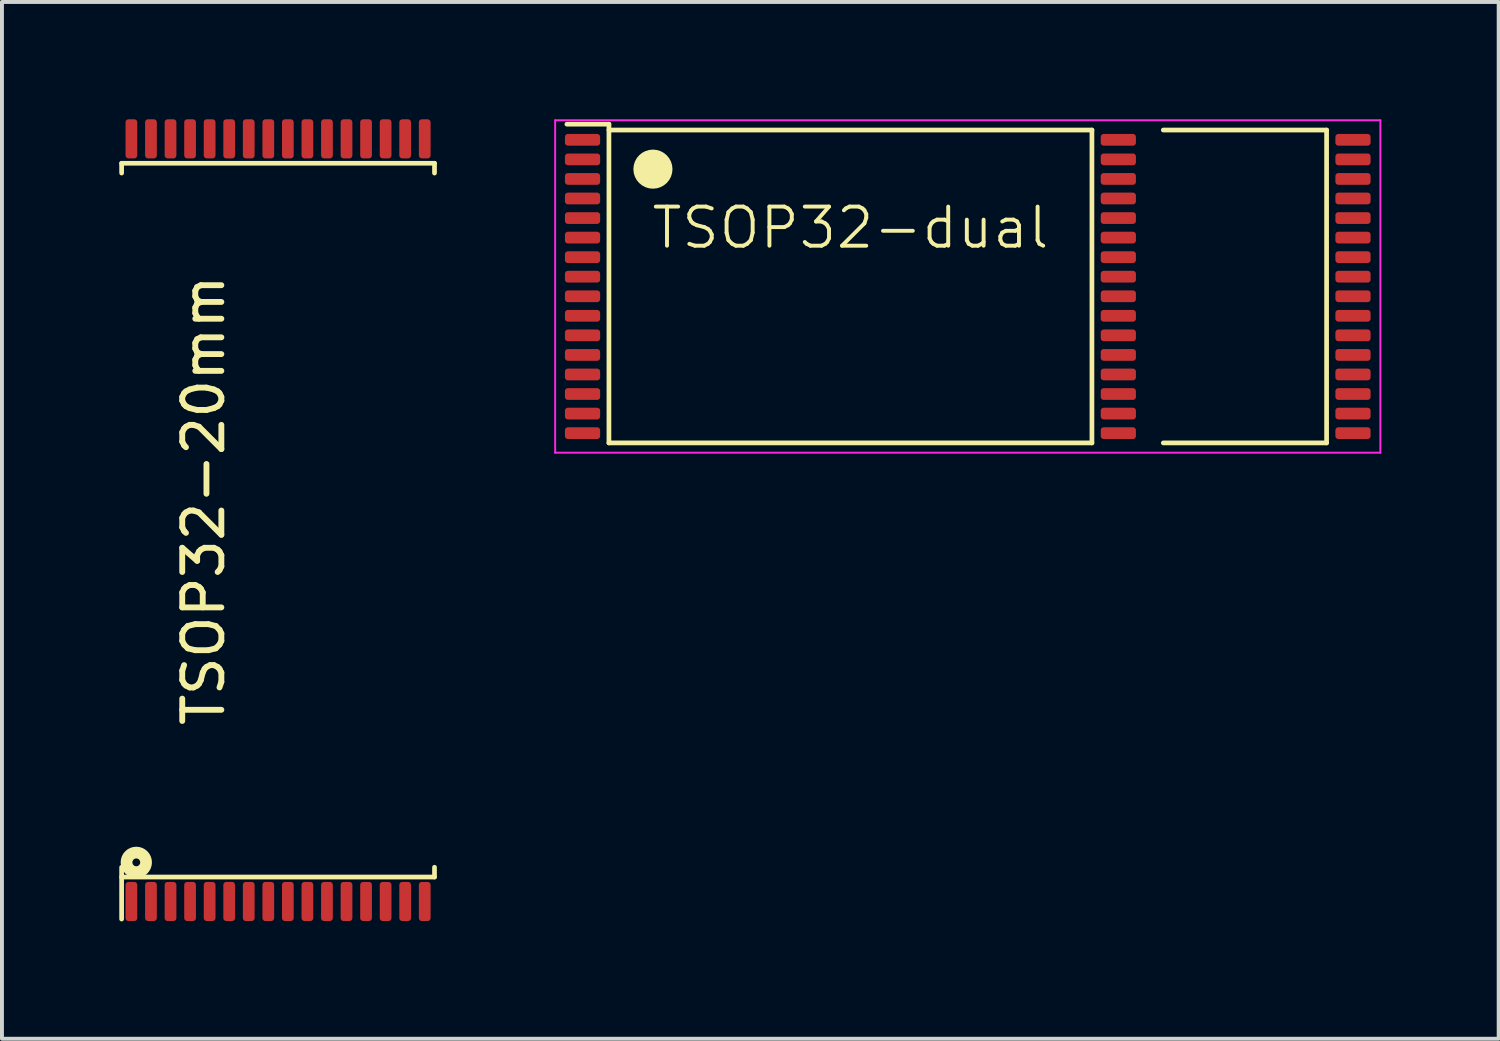
<source format=kicad_pcb>
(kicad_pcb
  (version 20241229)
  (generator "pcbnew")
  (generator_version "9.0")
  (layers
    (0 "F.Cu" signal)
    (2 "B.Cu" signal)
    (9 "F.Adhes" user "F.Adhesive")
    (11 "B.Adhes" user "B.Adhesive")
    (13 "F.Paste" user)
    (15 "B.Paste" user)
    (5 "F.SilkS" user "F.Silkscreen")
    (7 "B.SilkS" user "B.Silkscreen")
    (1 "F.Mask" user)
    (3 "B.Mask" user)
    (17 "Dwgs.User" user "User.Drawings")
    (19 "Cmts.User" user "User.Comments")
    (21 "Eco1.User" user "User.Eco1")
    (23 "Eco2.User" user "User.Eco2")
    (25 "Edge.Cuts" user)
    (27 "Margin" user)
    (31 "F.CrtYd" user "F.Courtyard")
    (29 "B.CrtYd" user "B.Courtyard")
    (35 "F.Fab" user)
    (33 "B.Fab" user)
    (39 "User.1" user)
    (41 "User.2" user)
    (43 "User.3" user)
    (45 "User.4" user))
  (footprint "TSOP32-20mm"
    (layer "F.Cu")
    (at 4.06 10.25)
    (property "Reference" "TSOP32-20mm" (at -1.905 -0.508 90) (layer "F.SilkS") (effects (font (size 1 1) (thickness 0.15))))
    (attr smd)
    (fp_line (start -4 -9.125) (end -4 -8.875) (stroke (width 0.12) (type solid)) (layer "F.SilkS"))
    (fp_line (start -4 9.125) (end 4 9.125) (stroke (width 0.12) (type solid)) (layer "F.SilkS"))
    (fp_line (start -4 10.2) (end -4 8.875) (stroke (width 0.12) (type solid)) (layer "F.SilkS"))
    (fp_line (start 4 -9.125) (end -4 -9.125) (stroke (width 0.12) (type solid)) (layer "F.SilkS"))
    (fp_line (start 4 -9.125) (end 4 -8.875) (stroke (width 0.12) (type solid)) (layer "F.SilkS"))
    (fp_line (start 4 9.125) (end 4 8.875) (stroke (width 0.12) (type solid)) (layer "F.SilkS"))
    (fp_circle (center -3.625 8.75) (end -3.525 8.75) (stroke (width 0.3) (type solid)) (fill no) (layer "F.SilkS"))
    (pad "1" smd roundrect (at -3.75 9.75) (size 0.3 1) (layers "F.Cu" "F.Mask" "F.Paste") (roundrect_rratio 0.25))
    (pad "2" smd roundrect (at -3.25 9.75) (size 0.3 1) (layers "F.Cu" "F.Mask" "F.Paste") (roundrect_rratio 0.25))
    (pad "3" smd roundrect (at -2.75 9.75) (size 0.3 1) (layers "F.Cu" "F.Mask" "F.Paste") (roundrect_rratio 0.25))
    (pad "4" smd roundrect (at -2.25 9.75) (size 0.3 1) (layers "F.Cu" "F.Mask" "F.Paste") (roundrect_rratio 0.25))
    (pad "5" smd roundrect (at -1.75 9.75) (size 0.3 1) (layers "F.Cu" "F.Mask" "F.Paste") (roundrect_rratio 0.25))
    (pad "6" smd roundrect (at -1.25 9.75) (size 0.3 1) (layers "F.Cu" "F.Mask" "F.Paste") (roundrect_rratio 0.25))
    (pad "7" smd roundrect (at -0.75 9.75) (size 0.3 1) (layers "F.Cu" "F.Mask" "F.Paste") (roundrect_rratio 0.25))
    (pad "8" smd roundrect (at -0.25 9.75) (size 0.3 1) (layers "F.Cu" "F.Mask" "F.Paste") (roundrect_rratio 0.25))
    (pad "9" smd roundrect (at 0.25 9.75) (size 0.3 1) (layers "F.Cu" "F.Mask" "F.Paste") (roundrect_rratio 0.25))
    (pad "10" smd roundrect (at 0.75 9.75) (size 0.3 1) (layers "F.Cu" "F.Mask" "F.Paste") (roundrect_rratio 0.25))
    (pad "11" smd roundrect (at 1.25 9.75) (size 0.3 1) (layers "F.Cu" "F.Mask" "F.Paste") (roundrect_rratio 0.25))
    (pad "12" smd roundrect (at 1.75 9.75) (size 0.3 1) (layers "F.Cu" "F.Mask" "F.Paste") (roundrect_rratio 0.25))
    (pad "13" smd roundrect (at 2.25 9.75) (size 0.3 1) (layers "F.Cu" "F.Mask" "F.Paste") (roundrect_rratio 0.25))
    (pad "14" smd roundrect (at 2.75 9.75) (size 0.3 1) (layers "F.Cu" "F.Mask" "F.Paste") (roundrect_rratio 0.25))
    (pad "15" smd roundrect (at 3.25 9.75) (size 0.3 1) (layers "F.Cu" "F.Mask" "F.Paste") (roundrect_rratio 0.25))
    (pad "16" smd roundrect (at 3.75 9.75) (size 0.3 1) (layers "F.Cu" "F.Mask" "F.Paste") (roundrect_rratio 0.25))
    (pad "17" smd roundrect (at 3.75 -9.75) (size 0.3 1) (layers "F.Cu" "F.Mask" "F.Paste") (roundrect_rratio 0.25))
    (pad "18" smd roundrect (at 3.25 -9.75) (size 0.3 1) (layers "F.Cu" "F.Mask" "F.Paste") (roundrect_rratio 0.25))
    (pad "19" smd roundrect (at 2.75 -9.75) (size 0.3 1) (layers "F.Cu" "F.Mask" "F.Paste") (roundrect_rratio 0.25))
    (pad "20" smd roundrect (at 2.25 -9.75) (size 0.3 1) (layers "F.Cu" "F.Mask" "F.Paste") (roundrect_rratio 0.25))
    (pad "21" smd roundrect (at 1.75 -9.75) (size 0.3 1) (layers "F.Cu" "F.Mask" "F.Paste") (roundrect_rratio 0.25))
    (pad "22" smd roundrect (at 1.25 -9.75) (size 0.3 1) (layers "F.Cu" "F.Mask" "F.Paste") (roundrect_rratio 0.25))
    (pad "23" smd roundrect (at 0.75 -9.75) (size 0.3 1) (layers "F.Cu" "F.Mask" "F.Paste") (roundrect_rratio 0.25))
    (pad "24" smd roundrect (at 0.25 -9.75) (size 0.3 1) (layers "F.Cu" "F.Mask" "F.Paste") (roundrect_rratio 0.25))
    (pad "25" smd roundrect (at -0.25 -9.75) (size 0.3 1) (layers "F.Cu" "F.Mask" "F.Paste") (roundrect_rratio 0.25))
    (pad "26" smd roundrect (at -0.75 -9.75) (size 0.3 1) (layers "F.Cu" "F.Mask" "F.Paste") (roundrect_rratio 0.25))
    (pad "27" smd roundrect (at -1.25 -9.75) (size 0.3 1) (layers "F.Cu" "F.Mask" "F.Paste") (roundrect_rratio 0.25))
    (pad "28" smd roundrect (at -1.75 -9.75) (size 0.3 1) (layers "F.Cu" "F.Mask" "F.Paste") (roundrect_rratio 0.25))
    (pad "29" smd roundrect (at -2.25 -9.75) (size 0.3 1) (layers "F.Cu" "F.Mask" "F.Paste") (roundrect_rratio 0.25))
    (pad "30" smd roundrect (at -2.75 -9.75) (size 0.3 1) (layers "F.Cu" "F.Mask" "F.Paste") (roundrect_rratio 0.25))
    (pad "31" smd roundrect (at -3.25 -9.75) (size 0.3 1) (layers "F.Cu" "F.Mask" "F.Paste") (roundrect_rratio 0.25))
    (pad "32" smd roundrect (at -3.75 -9.75) (size 0.3 1) (layers "F.Cu" "F.Mask" "F.Paste") (roundrect_rratio 0.25)))
  (footprint "TSOP32-dual"
    (layer "F.Cu")
    (at 21.695 4.275)
    (property "Reference" "TSOP32-dual" (at -3 -1.5 0) (unlocked yes) (layer "F.SilkS") (effects (font (size 1 1) (thickness 0.1))))
    (attr smd)
    (fp_line (start -10.25 -4.15) (end -9.175 -4.15) (stroke (width 0.12) (type solid)) (layer "F.SilkS"))
    (fp_line (start -9.175 -4.15) (end -9.175 4) (stroke (width 0.12) (type solid)) (layer "F.SilkS"))
    (fp_line (start 3.175 -4) (end -9.175 -4) (stroke (width 0.12) (type solid)) (layer "F.SilkS"))
    (fp_line (start 3.175 4) (end -9.175 4) (stroke (width 0.12) (type solid)) (layer "F.SilkS"))
    (fp_line (start 3.175 4) (end 3.175 -4) (stroke (width 0.12) (type solid)) (layer "F.SilkS"))
    (fp_line (start 9.175 -4) (end 5 -4) (stroke (width 0.12) (type solid)) (layer "F.SilkS"))
    (fp_line (start 9.175 4) (end 5 4) (stroke (width 0.12) (type solid)) (layer "F.SilkS"))
    (fp_line (start 9.175 4) (end 9.175 -4) (stroke (width 0.12) (type solid)) (layer "F.SilkS"))
    (fp_circle (center -8.05 -3) (end -8.05 -2.75) (stroke (width 0.5) (type solid)) (fill no) (layer "F.SilkS"))
    (fp_line (start -10.55 -4.25) (end -10.55 4.25) (stroke (width 0.05) (type solid)) (layer "F.CrtYd"))
    (fp_line (start -10.55 4.25) (end 10.55 4.25) (stroke (width 0.05) (type solid)) (layer "F.CrtYd"))
    (fp_line (start 10.55 -4.25) (end -10.55 -4.25) (stroke (width 0.05) (type solid)) (layer "F.CrtYd"))
    (fp_line (start 10.55 4.25) (end 10.55 -4.25) (stroke (width 0.05) (type solid)) (layer "F.CrtYd"))
    (pad "1" smd roundrect (at -9.85 -3.75 270) (size 0.3 0.9) (layers "F.Cu" "F.Mask" "F.Paste") (roundrect_rratio 0.25))
    (pad "2" smd roundrect (at -9.85 -3.25 270) (size 0.3 0.9) (layers "F.Cu" "F.Mask" "F.Paste") (roundrect_rratio 0.25))
    (pad "3" smd roundrect (at -9.85 -2.75 270) (size 0.3 0.9) (layers "F.Cu" "F.Mask" "F.Paste") (roundrect_rratio 0.25))
    (pad "4" smd roundrect (at -9.85 -2.25 270) (size 0.3 0.9) (layers "F.Cu" "F.Mask" "F.Paste") (roundrect_rratio 0.25))
    (pad "5" smd roundrect (at -9.85 -1.75 270) (size 0.3 0.9) (layers "F.Cu" "F.Mask" "F.Paste") (roundrect_rratio 0.25))
    (pad "6" smd roundrect (at -9.85 -1.25 270) (size 0.3 0.9) (layers "F.Cu" "F.Mask" "F.Paste") (roundrect_rratio 0.25))
    (pad "7" smd roundrect (at -9.85 -0.75 270) (size 0.3 0.9) (layers "F.Cu" "F.Mask" "F.Paste") (roundrect_rratio 0.25))
    (pad "8" smd roundrect (at -9.85 -0.25 270) (size 0.3 0.9) (layers "F.Cu" "F.Mask" "F.Paste") (roundrect_rratio 0.25))
    (pad "9" smd roundrect (at -9.85 0.25 270) (size 0.3 0.9) (layers "F.Cu" "F.Mask" "F.Paste") (roundrect_rratio 0.25))
    (pad "10" smd roundrect (at -9.85 0.75 270) (size 0.3 0.9) (layers "F.Cu" "F.Mask" "F.Paste") (roundrect_rratio 0.25))
    (pad "11" smd roundrect (at -9.85 1.25 270) (size 0.3 0.9) (layers "F.Cu" "F.Mask" "F.Paste") (roundrect_rratio 0.25))
    (pad "12" smd roundrect (at -9.85 1.75 270) (size 0.3 0.9) (layers "F.Cu" "F.Mask" "F.Paste") (roundrect_rratio 0.25))
    (pad "13" smd roundrect (at -9.85 2.25 270) (size 0.3 0.9) (layers "F.Cu" "F.Mask" "F.Paste") (roundrect_rratio 0.25))
    (pad "14" smd roundrect (at -9.85 2.75 270) (size 0.3 0.9) (layers "F.Cu" "F.Mask" "F.Paste") (roundrect_rratio 0.25))
    (pad "15" smd roundrect (at -9.85 3.25 270) (size 0.3 0.9) (layers "F.Cu" "F.Mask" "F.Paste") (roundrect_rratio 0.25))
    (pad "16" smd roundrect (at -9.85 3.75 270) (size 0.3 0.9) (layers "F.Cu" "F.Mask" "F.Paste") (roundrect_rratio 0.25))
    (pad "17" smd roundrect (at 3.85 3.75 270) (size 0.3 0.9) (layers "F.Cu" "F.Mask" "F.Paste") (roundrect_rratio 0.25))
    (pad "17" smd roundrect (at 9.85 3.75 270) (size 0.3 0.9) (layers "F.Cu" "F.Mask" "F.Paste") (roundrect_rratio 0.25))
    (pad "18" smd roundrect (at 3.85 3.25 270) (size 0.3 0.9) (layers "F.Cu" "F.Mask" "F.Paste") (roundrect_rratio 0.25))
    (pad "18" smd roundrect (at 9.85 3.25 270) (size 0.3 0.9) (layers "F.Cu" "F.Mask" "F.Paste") (roundrect_rratio 0.25))
    (pad "19" smd roundrect (at 3.85 2.75 270) (size 0.3 0.9) (layers "F.Cu" "F.Mask" "F.Paste") (roundrect_rratio 0.25))
    (pad "19" smd roundrect (at 9.85 2.75 270) (size 0.3 0.9) (layers "F.Cu" "F.Mask" "F.Paste") (roundrect_rratio 0.25))
    (pad "20" smd roundrect (at 3.85 2.25 270) (size 0.3 0.9) (layers "F.Cu" "F.Mask" "F.Paste") (roundrect_rratio 0.25))
    (pad "20" smd roundrect (at 9.85 2.25 270) (size 0.3 0.9) (layers "F.Cu" "F.Mask" "F.Paste") (roundrect_rratio 0.25))
    (pad "21" smd roundrect (at 3.85 1.75 270) (size 0.3 0.9) (layers "F.Cu" "F.Mask" "F.Paste") (roundrect_rratio 0.25))
    (pad "21" smd roundrect (at 9.85 1.75 270) (size 0.3 0.9) (layers "F.Cu" "F.Mask" "F.Paste") (roundrect_rratio 0.25))
    (pad "22" smd roundrect (at 3.85 1.25 270) (size 0.3 0.9) (layers "F.Cu" "F.Mask" "F.Paste") (roundrect_rratio 0.25))
    (pad "22" smd roundrect (at 9.85 1.25 270) (size 0.3 0.9) (layers "F.Cu" "F.Mask" "F.Paste") (roundrect_rratio 0.25))
    (pad "23" smd roundrect (at 3.85 0.75 270) (size 0.3 0.9) (layers "F.Cu" "F.Mask" "F.Paste") (roundrect_rratio 0.25))
    (pad "23" smd roundrect (at 9.85 0.75 270) (size 0.3 0.9) (layers "F.Cu" "F.Mask" "F.Paste") (roundrect_rratio 0.25))
    (pad "24" smd roundrect (at 3.85 0.25 270) (size 0.3 0.9) (layers "F.Cu" "F.Mask" "F.Paste") (roundrect_rratio 0.25))
    (pad "24" smd roundrect (at 9.85 0.25 270) (size 0.3 0.9) (layers "F.Cu" "F.Mask" "F.Paste") (roundrect_rratio 0.25))
    (pad "25" smd roundrect (at 3.85 -0.25 270) (size 0.3 0.9) (layers "F.Cu" "F.Mask" "F.Paste") (roundrect_rratio 0.25))
    (pad "25" smd roundrect (at 9.85 -0.25 270) (size 0.3 0.9) (layers "F.Cu" "F.Mask" "F.Paste") (roundrect_rratio 0.25))
    (pad "26" smd roundrect (at 3.85 -0.75 270) (size 0.3 0.9) (layers "F.Cu" "F.Mask" "F.Paste") (roundrect_rratio 0.25))
    (pad "26" smd roundrect (at 9.85 -0.75 270) (size 0.3 0.9) (layers "F.Cu" "F.Mask" "F.Paste") (roundrect_rratio 0.25))
    (pad "27" smd roundrect (at 3.85 -1.25 270) (size 0.3 0.9) (layers "F.Cu" "F.Mask" "F.Paste") (roundrect_rratio 0.25))
    (pad "27" smd roundrect (at 9.85 -1.25 270) (size 0.3 0.9) (layers "F.Cu" "F.Mask" "F.Paste") (roundrect_rratio 0.25))
    (pad "28" smd roundrect (at 3.85 -1.75 270) (size 0.3 0.9) (layers "F.Cu" "F.Mask" "F.Paste") (roundrect_rratio 0.25))
    (pad "28" smd roundrect (at 9.85 -1.75 270) (size 0.3 0.9) (layers "F.Cu" "F.Mask" "F.Paste") (roundrect_rratio 0.25))
    (pad "29" smd roundrect (at 3.85 -2.25 270) (size 0.3 0.9) (layers "F.Cu" "F.Mask" "F.Paste") (roundrect_rratio 0.25))
    (pad "29" smd roundrect (at 9.85 -2.25 270) (size 0.3 0.9) (layers "F.Cu" "F.Mask" "F.Paste") (roundrect_rratio 0.25))
    (pad "30" smd roundrect (at 3.85 -2.75 270) (size 0.3 0.9) (layers "F.Cu" "F.Mask" "F.Paste") (roundrect_rratio 0.25))
    (pad "30" smd roundrect (at 9.85 -2.75 270) (size 0.3 0.9) (layers "F.Cu" "F.Mask" "F.Paste") (roundrect_rratio 0.25))
    (pad "31" smd roundrect (at 3.85 -3.25 270) (size 0.3 0.9) (layers "F.Cu" "F.Mask" "F.Paste") (roundrect_rratio 0.25))
    (pad "31" smd roundrect (at 9.85 -3.25 270) (size 0.3 0.9) (layers "F.Cu" "F.Mask" "F.Paste") (roundrect_rratio 0.25))
    (pad "32" smd roundrect (at 3.85 -3.75 270) (size 0.3 0.9) (layers "F.Cu" "F.Mask" "F.Paste") (roundrect_rratio 0.25))
    (pad "32" smd roundrect (at 9.85 -3.75 270) (size 0.3 0.9) (layers "F.Cu" "F.Mask" "F.Paste") (roundrect_rratio 0.25)))
  (gr_rect
    (start -3 -3)
    (end 35.27 23.51)
    (stroke (width 0.1) (type default))
    (fill no)
    (layer "Edge.Cuts")))
</source>
